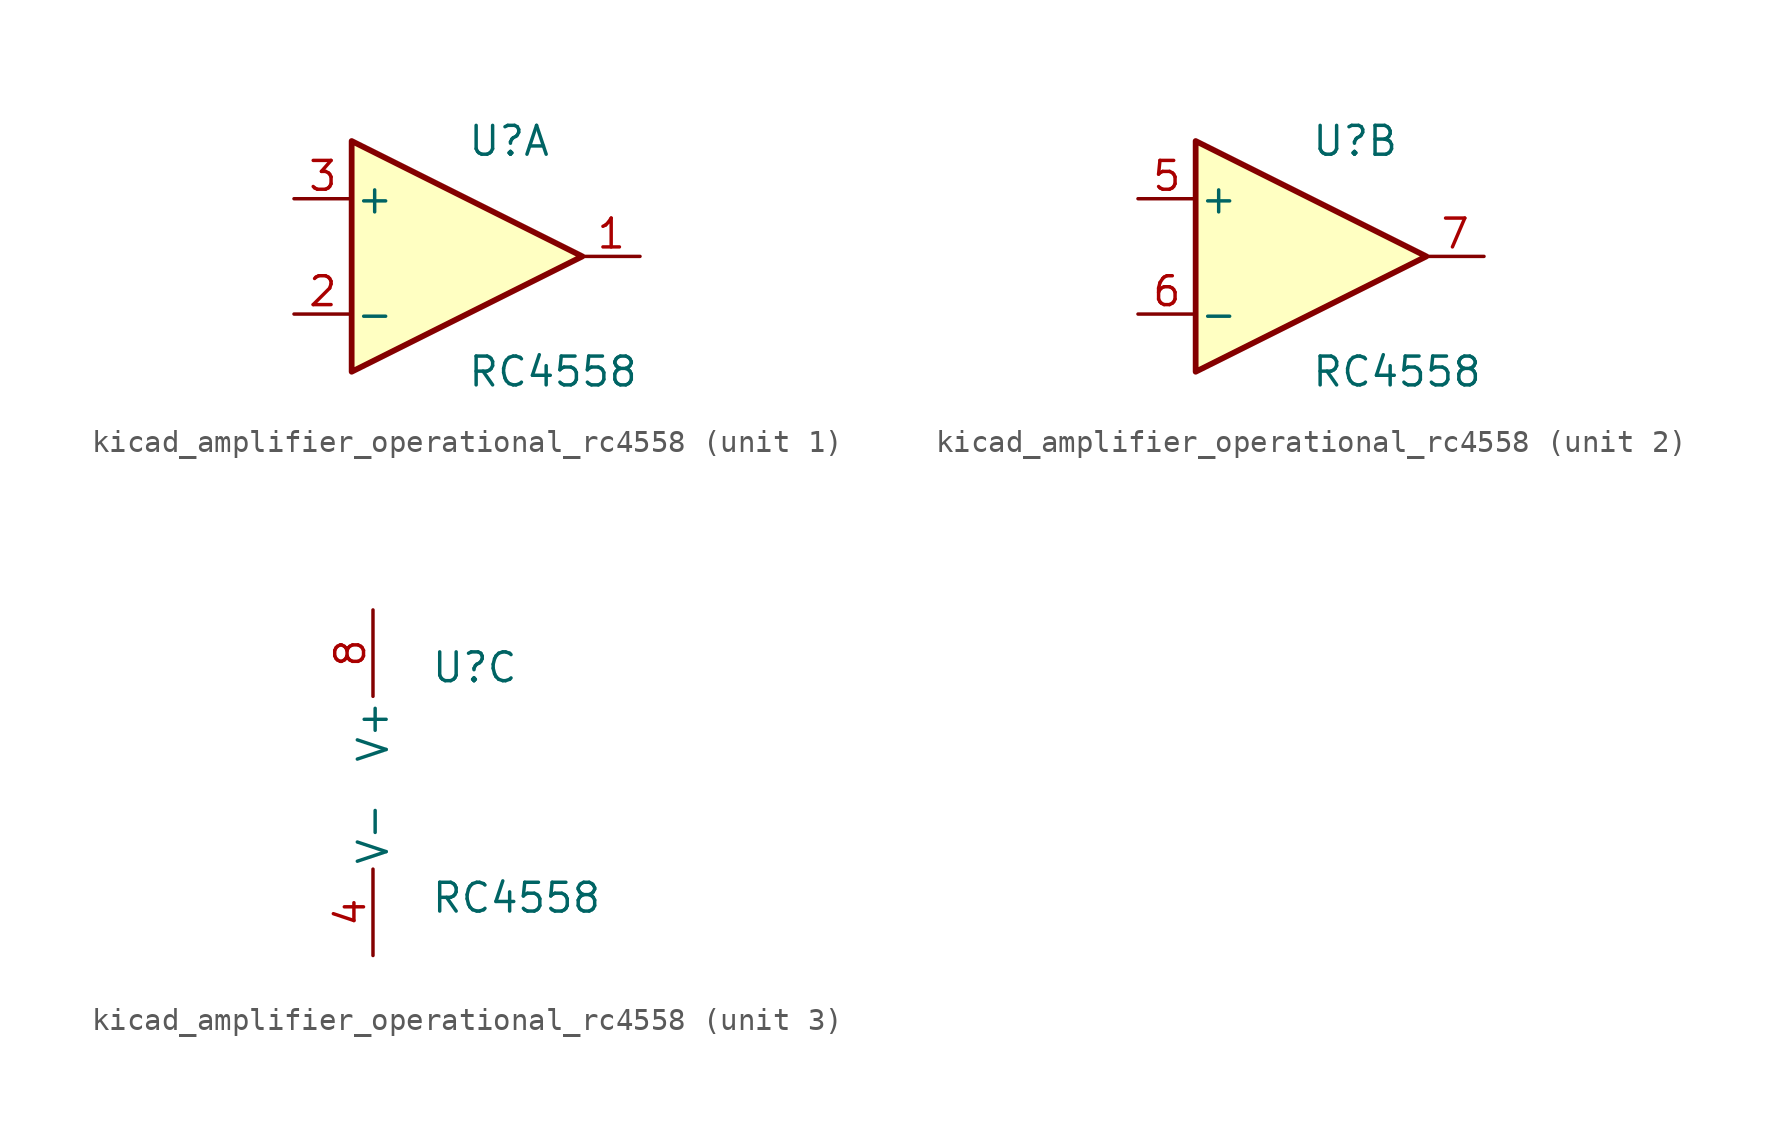
<source format=kicad_sym>
(kicad_symbol_lib
  (version 20220914)
  (generator kicad_symbol_editor)
  (symbol "kicad_amplifier_operational_rc4558"
    (pin_names
      (offset 0.127))
    (property "Reference" "U"
      (at 0 5.08 0)
      (effects (font (size 1.27 1.27)) (justify left)))
    (property "Value" "RC4558"
      (at 0 -5.08 0)
      (effects (font (size 1.27 1.27)) (justify left)))
    (property "ki_locked" ""
      (at 0 0 0)
      (effects (font (size 1.27 1.27))))
    (symbol "kicad_amplifier_operational_rc4558_1_1"
      (polyline (pts (xy -5.08 5.08) (xy 5.08 0) (xy -5.08 -5.08) (xy -5.08 5.08)) (stroke (width 0.254) (type default)) (fill (type background)))
      (pin output line (at 7.62 0 180) (length 2.54) (name "~" (effects (font (size 1.27 1.27)))) (number "1" (effects (font (size 1.27 1.27)))))
      (pin input line (at -7.62 -2.54 0) (length 2.54) (name "-" (effects (font (size 1.27 1.27)))) (number "2" (effects (font (size 1.27 1.27)))))
      (pin input line (at -7.62 2.54 0) (length 2.54) (name "+" (effects (font (size 1.27 1.27)))) (number "3" (effects (font (size 1.27 1.27))))))
    (symbol "kicad_amplifier_operational_rc4558_2_1"
      (polyline (pts (xy -5.08 5.08) (xy 5.08 0) (xy -5.08 -5.08) (xy -5.08 5.08)) (stroke (width 0.254) (type default)) (fill (type background)))
      (pin input line (at -7.62 2.54 0) (length 2.54) (name "+" (effects (font (size 1.27 1.27)))) (number "5" (effects (font (size 1.27 1.27)))))
      (pin input line (at -7.62 -2.54 0) (length 2.54) (name "-" (effects (font (size 1.27 1.27)))) (number "6" (effects (font (size 1.27 1.27)))))
      (pin output line (at 7.62 0 180) (length 2.54) (name "~" (effects (font (size 1.27 1.27)))) (number "7" (effects (font (size 1.27 1.27))))))
    (symbol "kicad_amplifier_operational_rc4558_3_1"
      (pin power_in line (at -2.54 -7.62 90) (length 3.81) (name "V-" (effects (font (size 1.27 1.27)))) (number "4" (effects (font (size 1.27 1.27)))))
      (pin power_in line (at -2.54 7.62 270) (length 3.81) (name "V+" (effects (font (size 1.27 1.27)))) (number "8" (effects (font (size 1.27 1.27))))))))
</source>
